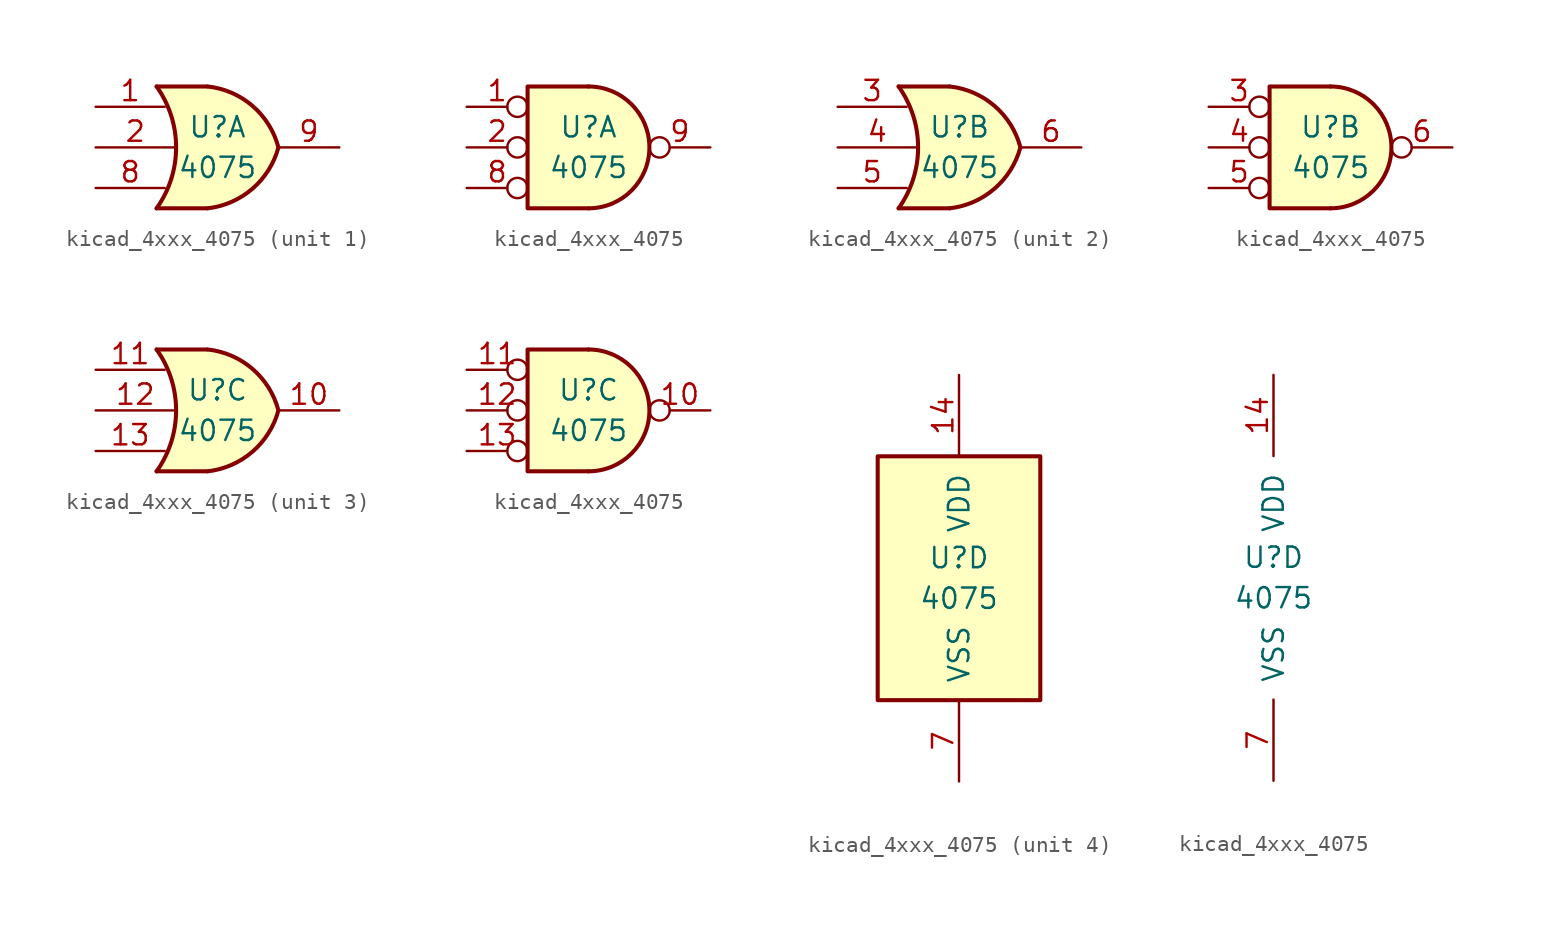
<source format=kicad_sym>
(kicad_symbol_lib
  (version 20220914)
  (generator kicad_symbol_editor)
  (symbol "kicad_4xxx_4075"
    (pin_names
      (offset 1.016))
    (property "Reference" "U"
      (at 0 1.27 0)
      (effects (font (size 1.27 1.27))))
    (property "Value" "4075"
      (at 0 -1.27 0)
      (effects (font (size 1.27 1.27))))
    (property "ki_locked" ""
      (at 0 0 0)
      (effects (font (size 1.27 1.27))))
    (symbol "kicad_4xxx_4075_1_1"
      (arc (start -3.81 -3.81) (mid -2.589 0) (end -3.81 3.81) (stroke (width 0.254) (type default)) (fill (type none)))
      (arc (start -0.6096 -3.81) (mid 2.1842 -2.5851) (end 3.81 0) (stroke (width 0.254) (type default)) (fill (type background)))
      (polyline (pts (xy -3.81 -3.81) (xy -0.635 -3.81)) (stroke (width 0.254) (type default)) (fill (type background)))
      (polyline (pts (xy -3.81 3.81) (xy -0.635 3.81)) (stroke (width 0.254) (type default)) (fill (type background)))
      (polyline (pts (xy -0.635 3.81) (xy -3.81 3.81) (xy -3.81 3.81) (xy -3.556 3.404) (xy -3.023 2.261) (xy -2.692 1.041) (xy -2.616 -0.254) (xy -2.769 -1.499) (xy -3.175 -2.718) (xy -3.81 -3.81) (xy -3.81 -3.81) (xy -0.635 -3.81)) (stroke (width -25.4) (type default)) (fill (type background)))
      (arc (start 3.81 0) (mid 2.1915 2.5936) (end -0.6096 3.81) (stroke (width 0.254) (type default)) (fill (type background)))
      (pin input line (at -7.62 2.54 0) (length 4.318) (name "~" (effects (font (size 1.27 1.27)))) (number "1" (effects (font (size 1.27 1.27)))))
      (pin input line (at -7.62 0 0) (length 4.953) (name "~" (effects (font (size 1.27 1.27)))) (number "2" (effects (font (size 1.27 1.27)))))
      (pin input line (at -7.62 -2.54 0) (length 4.318) (name "~" (effects (font (size 1.27 1.27)))) (number "8" (effects (font (size 1.27 1.27)))))
      (pin output line (at 7.62 0 180) (length 3.81) (name "~" (effects (font (size 1.27 1.27)))) (number "9" (effects (font (size 1.27 1.27))))))
    (symbol "kicad_4xxx_4075_1_2"
      (arc (start 0 -3.81) (mid 3.7934 0) (end 0 3.81) (stroke (width 0.254) (type default)) (fill (type background)))
      (polyline (pts (xy 0 3.81) (xy -3.81 3.81) (xy -3.81 -3.81) (xy 0 -3.81)) (stroke (width 0.254) (type default)) (fill (type background)))
      (pin input inverted (at -7.62 2.54 0) (length 3.81) (name "~" (effects (font (size 1.27 1.27)))) (number "1" (effects (font (size 1.27 1.27)))))
      (pin input inverted (at -7.62 0 0) (length 3.81) (name "~" (effects (font (size 1.27 1.27)))) (number "2" (effects (font (size 1.27 1.27)))))
      (pin input inverted (at -7.62 -2.54 0) (length 3.81) (name "~" (effects (font (size 1.27 1.27)))) (number "8" (effects (font (size 1.27 1.27)))))
      (pin output inverted (at 7.62 0 180) (length 3.81) (name "~" (effects (font (size 1.27 1.27)))) (number "9" (effects (font (size 1.27 1.27))))))
    (symbol "kicad_4xxx_4075_2_1"
      (arc (start -3.81 -3.81) (mid -2.589 0) (end -3.81 3.81) (stroke (width 0.254) (type default)) (fill (type none)))
      (arc (start -0.6096 -3.81) (mid 2.1842 -2.5851) (end 3.81 0) (stroke (width 0.254) (type default)) (fill (type background)))
      (polyline (pts (xy -3.81 -3.81) (xy -0.635 -3.81)) (stroke (width 0.254) (type default)) (fill (type background)))
      (polyline (pts (xy -3.81 3.81) (xy -0.635 3.81)) (stroke (width 0.254) (type default)) (fill (type background)))
      (polyline (pts (xy -0.635 3.81) (xy -3.81 3.81) (xy -3.81 3.81) (xy -3.556 3.404) (xy -3.023 2.261) (xy -2.692 1.041) (xy -2.616 -0.254) (xy -2.769 -1.499) (xy -3.175 -2.718) (xy -3.81 -3.81) (xy -3.81 -3.81) (xy -0.635 -3.81)) (stroke (width -25.4) (type default)) (fill (type background)))
      (arc (start 3.81 0) (mid 2.1915 2.5936) (end -0.6096 3.81) (stroke (width 0.254) (type default)) (fill (type background)))
      (pin input line (at -7.62 2.54 0) (length 4.318) (name "~" (effects (font (size 1.27 1.27)))) (number "3" (effects (font (size 1.27 1.27)))))
      (pin input line (at -7.62 0 0) (length 4.953) (name "~" (effects (font (size 1.27 1.27)))) (number "4" (effects (font (size 1.27 1.27)))))
      (pin input line (at -7.62 -2.54 0) (length 4.318) (name "~" (effects (font (size 1.27 1.27)))) (number "5" (effects (font (size 1.27 1.27)))))
      (pin output line (at 7.62 0 180) (length 3.81) (name "~" (effects (font (size 1.27 1.27)))) (number "6" (effects (font (size 1.27 1.27))))))
    (symbol "kicad_4xxx_4075_2_2"
      (arc (start 0 -3.81) (mid 3.7934 0) (end 0 3.81) (stroke (width 0.254) (type default)) (fill (type background)))
      (polyline (pts (xy 0 3.81) (xy -3.81 3.81) (xy -3.81 -3.81) (xy 0 -3.81)) (stroke (width 0.254) (type default)) (fill (type background)))
      (pin input inverted (at -7.62 2.54 0) (length 3.81) (name "~" (effects (font (size 1.27 1.27)))) (number "3" (effects (font (size 1.27 1.27)))))
      (pin input inverted (at -7.62 0 0) (length 3.81) (name "~" (effects (font (size 1.27 1.27)))) (number "4" (effects (font (size 1.27 1.27)))))
      (pin input inverted (at -7.62 -2.54 0) (length 3.81) (name "~" (effects (font (size 1.27 1.27)))) (number "5" (effects (font (size 1.27 1.27)))))
      (pin output inverted (at 7.62 0 180) (length 3.81) (name "~" (effects (font (size 1.27 1.27)))) (number "6" (effects (font (size 1.27 1.27))))))
    (symbol "kicad_4xxx_4075_3_1"
      (arc (start -3.81 -3.81) (mid -2.589 0) (end -3.81 3.81) (stroke (width 0.254) (type default)) (fill (type none)))
      (arc (start -0.6096 -3.81) (mid 2.1842 -2.5851) (end 3.81 0) (stroke (width 0.254) (type default)) (fill (type background)))
      (polyline (pts (xy -3.81 -3.81) (xy -0.635 -3.81)) (stroke (width 0.254) (type default)) (fill (type background)))
      (polyline (pts (xy -3.81 3.81) (xy -0.635 3.81)) (stroke (width 0.254) (type default)) (fill (type background)))
      (polyline (pts (xy -0.635 3.81) (xy -3.81 3.81) (xy -3.81 3.81) (xy -3.556 3.404) (xy -3.023 2.261) (xy -2.692 1.041) (xy -2.616 -0.254) (xy -2.769 -1.499) (xy -3.175 -2.718) (xy -3.81 -3.81) (xy -3.81 -3.81) (xy -0.635 -3.81)) (stroke (width -25.4) (type default)) (fill (type background)))
      (arc (start 3.81 0) (mid 2.1915 2.5936) (end -0.6096 3.81) (stroke (width 0.254) (type default)) (fill (type background)))
      (pin output line (at 7.62 0 180) (length 3.81) (name "~" (effects (font (size 1.27 1.27)))) (number "10" (effects (font (size 1.27 1.27)))))
      (pin input line (at -7.62 2.54 0) (length 4.318) (name "~" (effects (font (size 1.27 1.27)))) (number "11" (effects (font (size 1.27 1.27)))))
      (pin input line (at -7.62 0 0) (length 4.953) (name "~" (effects (font (size 1.27 1.27)))) (number "12" (effects (font (size 1.27 1.27)))))
      (pin input line (at -7.62 -2.54 0) (length 4.318) (name "~" (effects (font (size 1.27 1.27)))) (number "13" (effects (font (size 1.27 1.27))))))
    (symbol "kicad_4xxx_4075_3_2"
      (arc (start 0 -3.81) (mid 3.7934 0) (end 0 3.81) (stroke (width 0.254) (type default)) (fill (type background)))
      (polyline (pts (xy 0 3.81) (xy -3.81 3.81) (xy -3.81 -3.81) (xy 0 -3.81)) (stroke (width 0.254) (type default)) (fill (type background)))
      (pin output inverted (at 7.62 0 180) (length 3.81) (name "~" (effects (font (size 1.27 1.27)))) (number "10" (effects (font (size 1.27 1.27)))))
      (pin input inverted (at -7.62 2.54 0) (length 3.81) (name "~" (effects (font (size 1.27 1.27)))) (number "11" (effects (font (size 1.27 1.27)))))
      (pin input inverted (at -7.62 0 0) (length 3.81) (name "~" (effects (font (size 1.27 1.27)))) (number "12" (effects (font (size 1.27 1.27)))))
      (pin input inverted (at -7.62 -2.54 0) (length 3.81) (name "~" (effects (font (size 1.27 1.27)))) (number "13" (effects (font (size 1.27 1.27))))))
    (symbol "kicad_4xxx_4075_4_0"
      (pin power_in line (at 0 12.7 270) (length 5.08) (name "VDD" (effects (font (size 1.27 1.27)))) (number "14" (effects (font (size 1.27 1.27)))))
      (pin power_in line (at 0 -12.7 90) (length 5.08) (name "VSS" (effects (font (size 1.27 1.27)))) (number "7" (effects (font (size 1.27 1.27))))))
    (symbol "kicad_4xxx_4075_4_1"
      (rectangle (start -5.08 7.62) (end 5.08 -7.62) (stroke (width 0.254) (type default)) (fill (type background))))))
</source>
